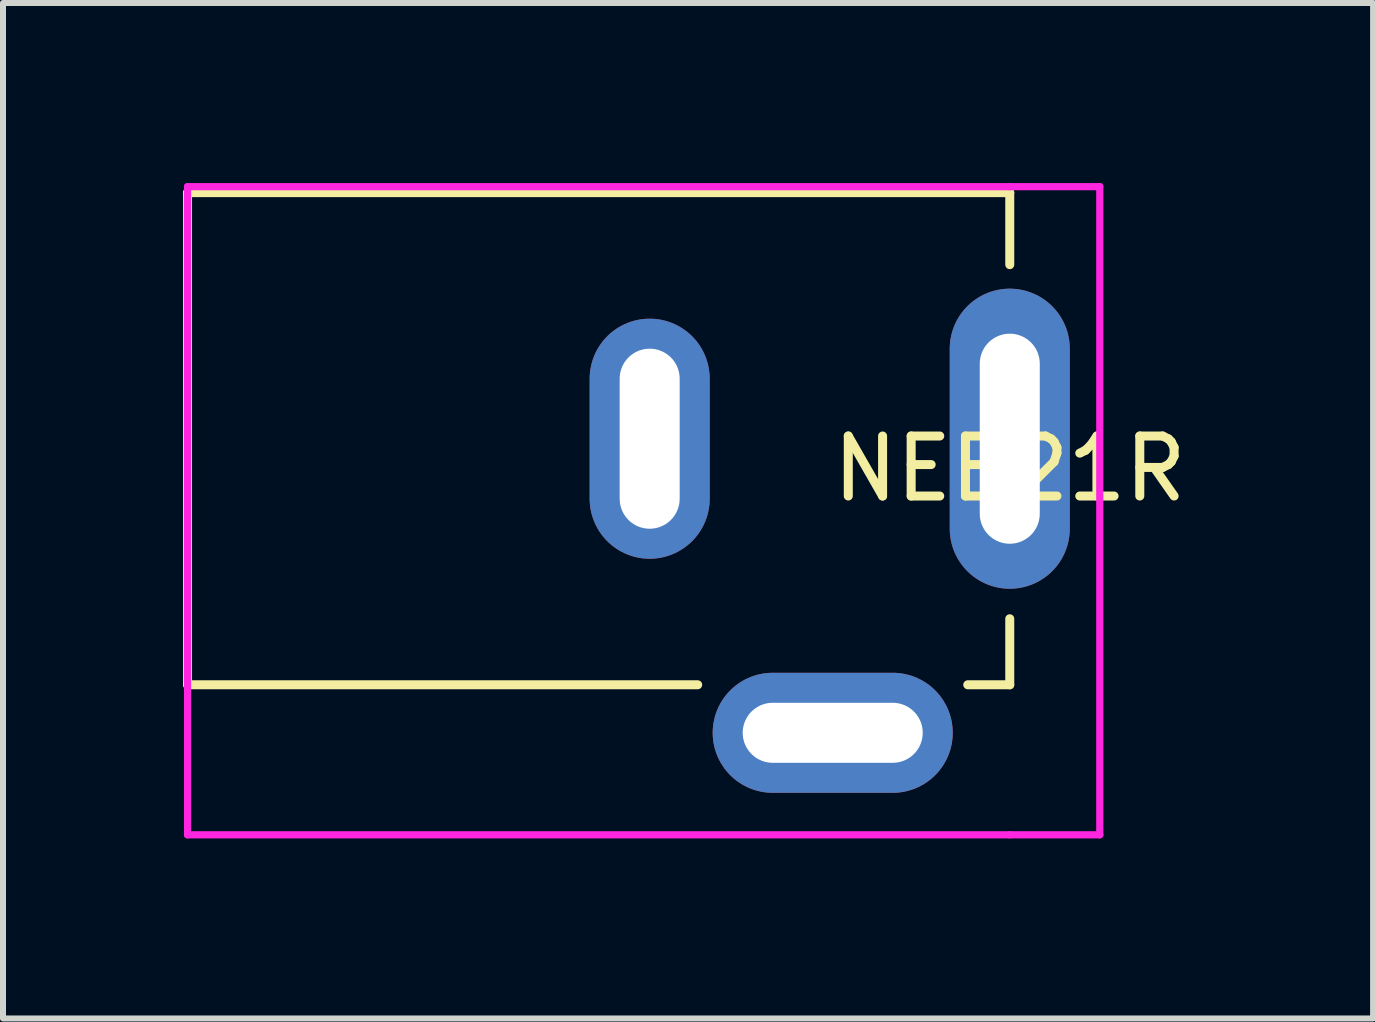
<source format=kicad_pcb>
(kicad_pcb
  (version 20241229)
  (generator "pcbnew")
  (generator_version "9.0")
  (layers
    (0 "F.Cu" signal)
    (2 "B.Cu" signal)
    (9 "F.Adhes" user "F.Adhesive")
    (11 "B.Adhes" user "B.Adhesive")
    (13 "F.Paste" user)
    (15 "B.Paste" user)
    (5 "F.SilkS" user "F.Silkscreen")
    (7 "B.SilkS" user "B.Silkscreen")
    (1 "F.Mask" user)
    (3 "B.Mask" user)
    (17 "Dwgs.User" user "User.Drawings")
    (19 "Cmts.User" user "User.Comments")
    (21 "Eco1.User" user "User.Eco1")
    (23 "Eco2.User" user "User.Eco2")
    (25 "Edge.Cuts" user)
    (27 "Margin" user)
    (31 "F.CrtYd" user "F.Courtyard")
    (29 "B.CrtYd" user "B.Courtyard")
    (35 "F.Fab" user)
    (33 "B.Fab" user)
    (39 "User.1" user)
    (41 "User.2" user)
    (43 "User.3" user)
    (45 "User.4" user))
  (footprint "NEB21R"
    (layer "F.Cu")
    (at 13.775 4.26)
    (property "Reference" "NEB21R" (at 0 0.5 0) (layer "F.SilkS") (effects (font (size 1 1) (thickness 0.15))))
    (attr through_hole)
    (fp_line (start -13.7 -4.1) (end 0 -4.1) (stroke (width 0.15) (type solid)) (layer "F.SilkS"))
    (fp_line (start -13.7 4.1) (end -13.7 -4.1) (stroke (width 0.15) (type solid)) (layer "F.SilkS"))
    (fp_line (start -5.2 4.1) (end -13.7 4.1) (stroke (width 0.15) (type solid)) (layer "F.SilkS"))
    (fp_line (start 0 -4.1) (end 0 -2.9) (stroke (width 0.15) (type solid)) (layer "F.SilkS"))
    (fp_line (start 0 3) (end 0 4.1) (stroke (width 0.15) (type solid)) (layer "F.SilkS"))
    (fp_line (start 0 4.1) (end -0.7 4.1) (stroke (width 0.15) (type solid)) (layer "F.SilkS"))
    (fp_line (start -13.7 -4.2) (end 0 -4.2) (stroke (width 0.12) (type solid)) (layer "F.CrtYd"))
    (fp_line (start -13.7 6.6) (end -13.7 -4.2) (stroke (width 0.12) (type solid)) (layer "F.CrtYd"))
    (fp_line (start 0 -4.2) (end 1.5 -4.2) (stroke (width 0.12) (type solid)) (layer "F.CrtYd"))
    (fp_line (start 0 6.6) (end -13.7 6.6) (stroke (width 0.12) (type solid)) (layer "F.CrtYd"))
    (fp_line (start 1.5 -4.2) (end 1.5 6.6) (stroke (width 0.12) (type solid)) (layer "F.CrtYd"))
    (fp_line (start 1.5 6.6) (end 0 6.6) (stroke (width 0.12) (type solid)) (layer "F.CrtYd"))
    (pad "1" thru_hole oval (at 0 0) (size 2 5) (drill oval 1 3.5) (layers "*.Cu" "*.Mask"))
    (pad "2" thru_hole oval (at -6 0) (size 2 4) (drill oval 1 3) (layers "*.Cu" "*.Mask"))
    (pad "3" thru_hole oval (at -2.95 4.9 90) (size 2 4) (drill oval 1 3) (layers "*.Cu" "*.Mask")))
  (gr_rect
    (start -3 -3)
    (end 19.829 13.92)
    (stroke (width 0.1) (type default))
    (fill no)
    (layer "Edge.Cuts")))
</source>
